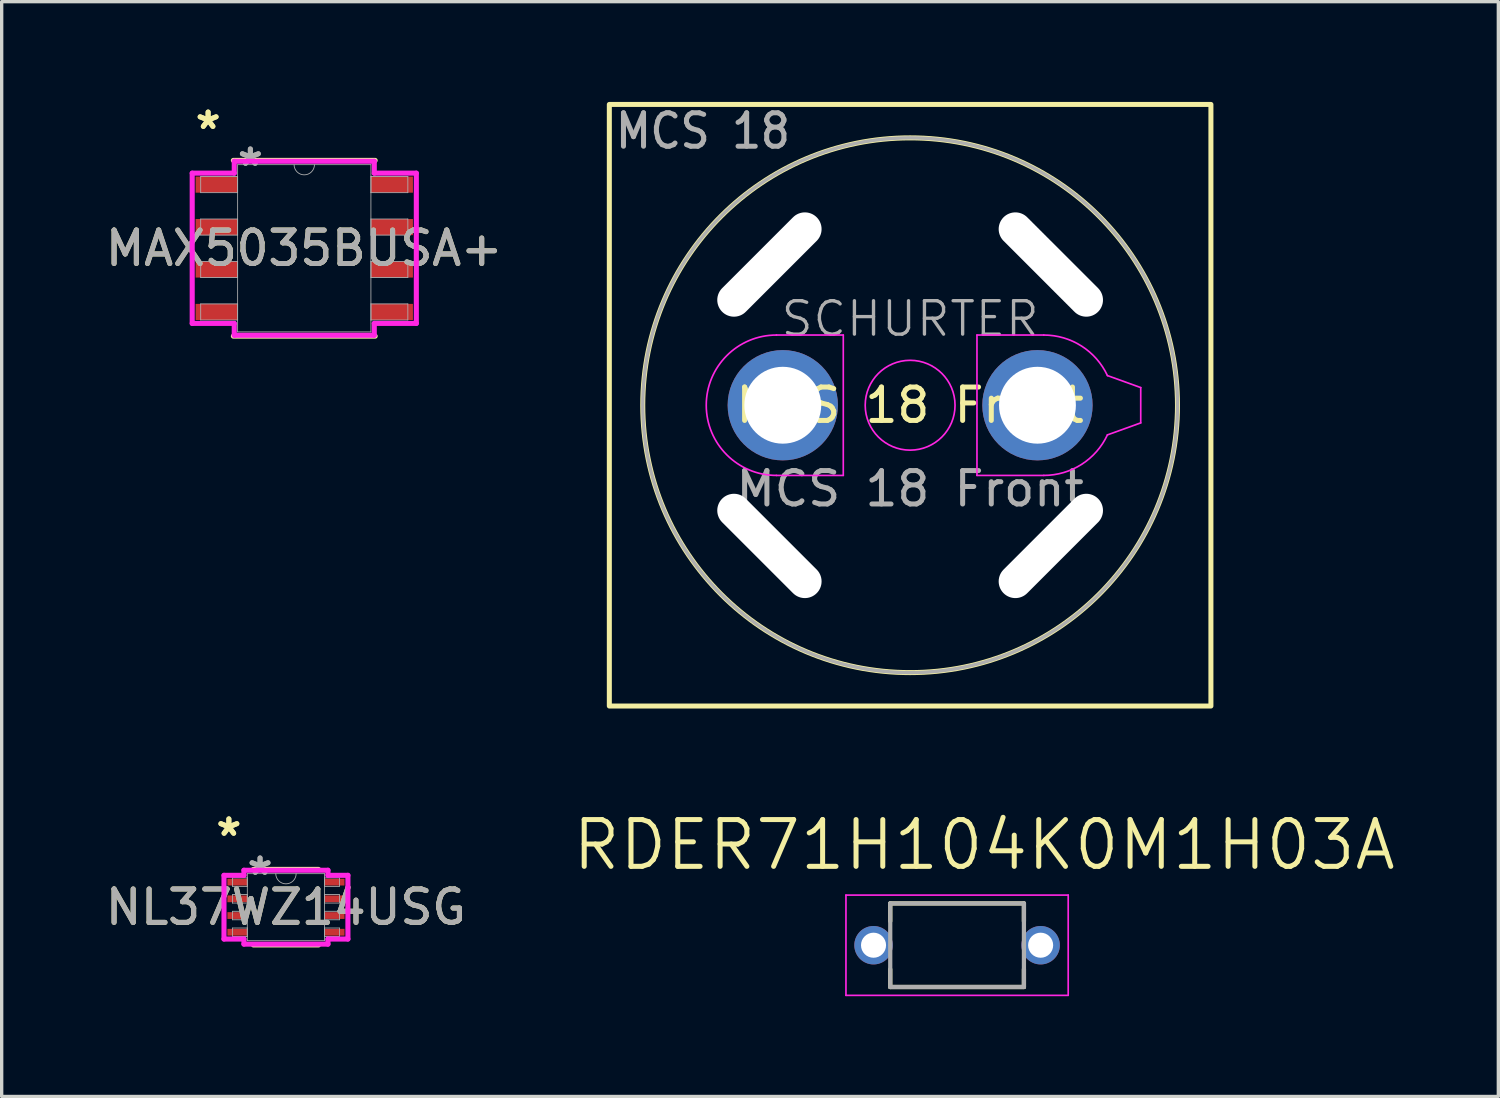
<source format=kicad_pcb>
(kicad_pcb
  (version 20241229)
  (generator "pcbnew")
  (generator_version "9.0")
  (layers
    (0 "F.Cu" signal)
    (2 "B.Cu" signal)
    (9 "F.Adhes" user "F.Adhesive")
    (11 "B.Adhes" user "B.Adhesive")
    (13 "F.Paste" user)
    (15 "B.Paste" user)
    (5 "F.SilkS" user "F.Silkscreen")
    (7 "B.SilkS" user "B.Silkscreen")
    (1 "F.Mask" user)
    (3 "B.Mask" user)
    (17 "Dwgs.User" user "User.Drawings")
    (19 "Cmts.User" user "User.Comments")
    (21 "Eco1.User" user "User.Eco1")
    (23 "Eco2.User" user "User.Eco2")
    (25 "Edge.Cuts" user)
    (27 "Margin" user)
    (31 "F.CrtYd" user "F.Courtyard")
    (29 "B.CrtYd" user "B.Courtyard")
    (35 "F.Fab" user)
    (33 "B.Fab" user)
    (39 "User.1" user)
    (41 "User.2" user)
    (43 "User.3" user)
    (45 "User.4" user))
  (footprint "NL37WZ14USG"
    (layer "F.Cu")
    (at 5.506 24.094)
    (property "Reference" "NL37WZ14USG" (at 0 0 0) (unlocked yes) (layer "F.SilkS") (effects (font (size 1 1) (thickness 0.15))))
    (attr smd)
    (fp_line (start -0.974 1.13) (end 0.974 1.13) (stroke (width 0.152) (type solid)) (layer "F.SilkS"))
    (fp_line (start 0.974 -1.13) (end -0.974 -1.13) (stroke (width 0.152) (type solid)) (layer "F.SilkS"))
    (fp_line (start -1.854 -0.953) (end -1.257 -0.953) (stroke (width 0.152) (type solid)) (layer "F.CrtYd"))
    (fp_line (start -1.854 0.953) (end -1.854 -0.953) (stroke (width 0.152) (type solid)) (layer "F.CrtYd"))
    (fp_line (start -1.854 0.953) (end -1.257 0.953) (stroke (width 0.152) (type solid)) (layer "F.CrtYd"))
    (fp_line (start -1.257 -1.105) (end 1.257 -1.105) (stroke (width 0.152) (type solid)) (layer "F.CrtYd"))
    (fp_line (start -1.257 -0.953) (end -1.257 -1.105) (stroke (width 0.152) (type solid)) (layer "F.CrtYd"))
    (fp_line (start -1.257 1.105) (end -1.257 0.953) (stroke (width 0.152) (type solid)) (layer "F.CrtYd"))
    (fp_line (start 1.257 -1.105) (end 1.257 -0.953) (stroke (width 0.152) (type solid)) (layer "F.CrtYd"))
    (fp_line (start 1.257 0.953) (end 1.257 1.105) (stroke (width 0.152) (type solid)) (layer "F.CrtYd"))
    (fp_line (start 1.257 1.105) (end -1.257 1.105) (stroke (width 0.152) (type solid)) (layer "F.CrtYd"))
    (fp_line (start 1.854 -0.953) (end 1.257 -0.953) (stroke (width 0.152) (type solid)) (layer "F.CrtYd"))
    (fp_line (start 1.854 -0.953) (end 1.854 0.953) (stroke (width 0.152) (type solid)) (layer "F.CrtYd"))
    (fp_line (start 1.854 0.953) (end 1.257 0.953) (stroke (width 0.152) (type solid)) (layer "F.CrtYd"))
    (fp_line (start -1.6 -0.877) (end -1.6 -0.623) (stroke (width 0.025) (type solid)) (layer "F.Fab"))
    (fp_line (start -1.6 -0.623) (end -1.156 -0.623) (stroke (width 0.025) (type solid)) (layer "F.Fab"))
    (fp_line (start -1.6 -0.377) (end -1.6 -0.123) (stroke (width 0.025) (type solid)) (layer "F.Fab"))
    (fp_line (start -1.6 -0.123) (end -1.156 -0.123) (stroke (width 0.025) (type solid)) (layer "F.Fab"))
    (fp_line (start -1.6 0.123) (end -1.6 0.377) (stroke (width 0.025) (type solid)) (layer "F.Fab"))
    (fp_line (start -1.6 0.377) (end -1.156 0.377) (stroke (width 0.025) (type solid)) (layer "F.Fab"))
    (fp_line (start -1.6 0.623) (end -1.6 0.877) (stroke (width 0.025) (type solid)) (layer "F.Fab"))
    (fp_line (start -1.6 0.877) (end -1.156 0.877) (stroke (width 0.025) (type solid)) (layer "F.Fab"))
    (fp_line (start -1.156 -1.003) (end -1.156 1.003) (stroke (width 0.025) (type solid)) (layer "F.Fab"))
    (fp_line (start -1.156 -0.877) (end -1.6 -0.877) (stroke (width 0.025) (type solid)) (layer "F.Fab"))
    (fp_line (start -1.156 -0.623) (end -1.156 -0.877) (stroke (width 0.025) (type solid)) (layer "F.Fab"))
    (fp_line (start -1.156 -0.377) (end -1.6 -0.377) (stroke (width 0.025) (type solid)) (layer "F.Fab"))
    (fp_line (start -1.156 -0.123) (end -1.156 -0.377) (stroke (width 0.025) (type solid)) (layer "F.Fab"))
    (fp_line (start -1.156 0.123) (end -1.6 0.123) (stroke (width 0.025) (type solid)) (layer "F.Fab"))
    (fp_line (start -1.156 0.377) (end -1.156 0.123) (stroke (width 0.025) (type solid)) (layer "F.Fab"))
    (fp_line (start -1.156 0.623) (end -1.6 0.623) (stroke (width 0.025) (type solid)) (layer "F.Fab"))
    (fp_line (start -1.156 0.877) (end -1.156 0.623) (stroke (width 0.025) (type solid)) (layer "F.Fab"))
    (fp_line (start -1.156 1.003) (end 1.156 1.003) (stroke (width 0.025) (type solid)) (layer "F.Fab"))
    (fp_line (start 1.156 -1.003) (end -1.156 -1.003) (stroke (width 0.025) (type solid)) (layer "F.Fab"))
    (fp_line (start 1.156 -0.877) (end 1.156 -0.623) (stroke (width 0.025) (type solid)) (layer "F.Fab"))
    (fp_line (start 1.156 -0.623) (end 1.6 -0.623) (stroke (width 0.025) (type solid)) (layer "F.Fab"))
    (fp_line (start 1.156 -0.377) (end 1.156 -0.123) (stroke (width 0.025) (type solid)) (layer "F.Fab"))
    (fp_line (start 1.156 -0.123) (end 1.6 -0.123) (stroke (width 0.025) (type solid)) (layer "F.Fab"))
    (fp_line (start 1.156 0.123) (end 1.156 0.377) (stroke (width 0.025) (type solid)) (layer "F.Fab"))
    (fp_line (start 1.156 0.377) (end 1.6 0.377) (stroke (width 0.025) (type solid)) (layer "F.Fab"))
    (fp_line (start 1.156 0.623) (end 1.156 0.877) (stroke (width 0.025) (type solid)) (layer "F.Fab"))
    (fp_line (start 1.156 0.877) (end 1.6 0.877) (stroke (width 0.025) (type solid)) (layer "F.Fab"))
    (fp_line (start 1.156 1.003) (end 1.156 -1.003) (stroke (width 0.025) (type solid)) (layer "F.Fab"))
    (fp_line (start 1.6 -0.877) (end 1.156 -0.877) (stroke (width 0.025) (type solid)) (layer "F.Fab"))
    (fp_line (start 1.6 -0.623) (end 1.6 -0.877) (stroke (width 0.025) (type solid)) (layer "F.Fab"))
    (fp_line (start 1.6 -0.377) (end 1.156 -0.377) (stroke (width 0.025) (type solid)) (layer "F.Fab"))
    (fp_line (start 1.6 -0.123) (end 1.6 -0.377) (stroke (width 0.025) (type solid)) (layer "F.Fab"))
    (fp_line (start 1.6 0.123) (end 1.156 0.123) (stroke (width 0.025) (type solid)) (layer "F.Fab"))
    (fp_line (start 1.6 0.377) (end 1.6 0.123) (stroke (width 0.025) (type solid)) (layer "F.Fab"))
    (fp_line (start 1.6 0.623) (end 1.156 0.623) (stroke (width 0.025) (type solid)) (layer "F.Fab"))
    (fp_line (start 1.6 0.877) (end 1.6 0.623) (stroke (width 0.025) (type solid)) (layer "F.Fab"))
    (fp_arc (start 0.3048 -1.0033) (mid 0 -0.6985) (end -0.3048 -1.0033) (stroke (width 0.0254) (type solid)) (layer "F.Fab"))
    (fp_text user "*" (at -1.708 -2.096 0) (unlocked yes) (layer "F.SilkS") (effects (font (size 1 1) (thickness 0.15))))
    (fp_text user "*" (at -1.708 -2.096 0) (layer "F.SilkS") (effects (font (size 1 1) (thickness 0.15))))
    (fp_text user "*" (at -0.775 -0.927 0) (layer "F.Fab") (effects (font (size 1 1) (thickness 0.15))))
    (fp_text user "${REFERENCE}" (at 0 0 0) (unlocked yes) (layer "F.Fab") (effects (font (size 1 1) (thickness 0.15))))
    (fp_text user "*" (at -0.775 -0.927 0) (unlocked yes) (layer "F.Fab") (effects (font (size 1 1) (thickness 0.15))))
    (pad "1" smd rect (at -1.454 -0.75) (size 0.597 0.203) (layers "F.Cu" "F.Mask" "F.Paste"))
    (pad "2" smd rect (at -1.454 -0.25) (size 0.597 0.203) (layers "F.Cu" "F.Mask" "F.Paste"))
    (pad "3" smd rect (at -1.454 0.25) (size 0.597 0.203) (layers "F.Cu" "F.Mask" "F.Paste"))
    (pad "4" smd rect (at -1.454 0.75) (size 0.597 0.203) (layers "F.Cu" "F.Mask" "F.Paste"))
    (pad "5" smd rect (at 1.454 0.75) (size 0.597 0.203) (layers "F.Cu" "F.Mask" "F.Paste"))
    (pad "6" smd rect (at 1.454 0.25) (size 0.597 0.203) (layers "F.Cu" "F.Mask" "F.Paste"))
    (pad "7" smd rect (at 1.454 -0.25) (size 0.597 0.203) (layers "F.Cu" "F.Mask" "F.Paste"))
    (pad "8" smd rect (at 1.454 -0.75) (size 0.597 0.203) (layers "F.Cu" "F.Mask" "F.Paste")))
  (footprint "RDER71H104K0M1H03A"
    (layer "F.Cu")
    (at 25.587 25.232)
    (property "Reference" "RDER71H104K0M1H03A" (at 0.81 -3 0) (layer "F.SilkS") (effects (font (size 1.4 1.4) (thickness 0.15))))
    (attr through_hole)
    (fp_line (start -2 -1.25) (end -2 -0.72) (stroke (width 0.127) (type solid)) (layer "F.SilkS"))
    (fp_line (start -2 -1.25) (end 2 -1.25) (stroke (width 0.127) (type solid)) (layer "F.SilkS"))
    (fp_line (start -2 1.25) (end -2 0.72) (stroke (width 0.127) (type solid)) (layer "F.SilkS"))
    (fp_line (start 2 -1.25) (end 2 -0.72) (stroke (width 0.127) (type solid)) (layer "F.SilkS"))
    (fp_line (start 2 1.25) (end -2 1.25) (stroke (width 0.127) (type solid)) (layer "F.SilkS"))
    (fp_line (start 2 1.25) (end 2 0.72) (stroke (width 0.127) (type solid)) (layer "F.SilkS"))
    (fp_line (start -3.325 -1.5) (end 3.325 -1.5) (stroke (width 0.05) (type solid)) (layer "F.CrtYd"))
    (fp_line (start -3.325 1.5) (end -3.325 -1.5) (stroke (width 0.05) (type solid)) (layer "F.CrtYd"))
    (fp_line (start 3.325 -1.5) (end 3.325 1.5) (stroke (width 0.05) (type solid)) (layer "F.CrtYd"))
    (fp_line (start 3.325 1.5) (end -3.325 1.5) (stroke (width 0.05) (type solid)) (layer "F.CrtYd"))
    (fp_line (start -2 -1.25) (end 2 -1.25) (stroke (width 0.127) (type solid)) (layer "F.Fab"))
    (fp_line (start -2 1.25) (end -2 -1.25) (stroke (width 0.127) (type solid)) (layer "F.Fab"))
    (fp_line (start 2 -1.25) (end 2 1.25) (stroke (width 0.127) (type solid)) (layer "F.Fab"))
    (fp_line (start 2 1.25) (end -2 1.25) (stroke (width 0.127) (type solid)) (layer "F.Fab"))
    (pad "1" thru_hole circle (at -2.5 0) (size 1.15 1.15) (drill 0.75) (layers "*.Cu" "*.Mask"))
    (pad "2" thru_hole circle (at 2.5 0) (size 1.15 1.15) (drill 0.75) (layers "*.Cu" "*.Mask")))
  (footprint "MAX5035BUSA+"
    (layer "F.Cu")
    (at 6.054 4.379)
    (property "Reference" "MAX5035BUSA+" (at 0 0 0) (unlocked yes) (layer "F.SilkS") (effects (font (size 1 1) (thickness 0.15))))
    (attr smd)
    (fp_line (start -2.121 2.629) (end 2.121 2.629) (stroke (width 0.152) (type solid)) (layer "F.SilkS"))
    (fp_line (start 2.121 -2.629) (end -2.121 -2.629) (stroke (width 0.152) (type solid)) (layer "F.SilkS"))
    (fp_line (start -3.353 -2.248) (end -2.095 -2.248) (stroke (width 0.152) (type solid)) (layer "F.CrtYd"))
    (fp_line (start -3.353 2.248) (end -3.353 -2.248) (stroke (width 0.152) (type solid)) (layer "F.CrtYd"))
    (fp_line (start -3.353 2.248) (end -2.095 2.248) (stroke (width 0.152) (type solid)) (layer "F.CrtYd"))
    (fp_line (start -2.095 -2.603) (end 2.095 -2.603) (stroke (width 0.152) (type solid)) (layer "F.CrtYd"))
    (fp_line (start -2.095 -2.248) (end -2.095 -2.603) (stroke (width 0.152) (type solid)) (layer "F.CrtYd"))
    (fp_line (start -2.095 2.603) (end -2.095 2.248) (stroke (width 0.152) (type solid)) (layer "F.CrtYd"))
    (fp_line (start 2.095 -2.603) (end 2.095 -2.248) (stroke (width 0.152) (type solid)) (layer "F.CrtYd"))
    (fp_line (start 2.095 2.248) (end 2.095 2.603) (stroke (width 0.152) (type solid)) (layer "F.CrtYd"))
    (fp_line (start 2.095 2.603) (end -2.095 2.603) (stroke (width 0.152) (type solid)) (layer "F.CrtYd"))
    (fp_line (start 3.353 -2.248) (end 2.095 -2.248) (stroke (width 0.152) (type solid)) (layer "F.CrtYd"))
    (fp_line (start 3.353 -2.248) (end 3.353 2.248) (stroke (width 0.152) (type solid)) (layer "F.CrtYd"))
    (fp_line (start 3.353 2.248) (end 2.095 2.248) (stroke (width 0.152) (type solid)) (layer "F.CrtYd"))
    (fp_line (start -3.099 -2.146) (end -3.099 -1.664) (stroke (width 0.025) (type solid)) (layer "F.Fab"))
    (fp_line (start -3.099 -1.664) (end -1.994 -1.664) (stroke (width 0.025) (type solid)) (layer "F.Fab"))
    (fp_line (start -3.099 -0.876) (end -3.099 -0.394) (stroke (width 0.025) (type solid)) (layer "F.Fab"))
    (fp_line (start -3.099 -0.394) (end -1.994 -0.394) (stroke (width 0.025) (type solid)) (layer "F.Fab"))
    (fp_line (start -3.099 0.394) (end -3.099 0.876) (stroke (width 0.025) (type solid)) (layer "F.Fab"))
    (fp_line (start -3.099 0.876) (end -1.994 0.876) (stroke (width 0.025) (type solid)) (layer "F.Fab"))
    (fp_line (start -3.099 1.664) (end -3.099 2.146) (stroke (width 0.025) (type solid)) (layer "F.Fab"))
    (fp_line (start -3.099 2.146) (end -1.994 2.146) (stroke (width 0.025) (type solid)) (layer "F.Fab"))
    (fp_line (start -1.994 -2.502) (end -1.994 2.502) (stroke (width 0.025) (type solid)) (layer "F.Fab"))
    (fp_line (start -1.994 -2.146) (end -3.099 -2.146) (stroke (width 0.025) (type solid)) (layer "F.Fab"))
    (fp_line (start -1.994 -1.664) (end -1.994 -2.146) (stroke (width 0.025) (type solid)) (layer "F.Fab"))
    (fp_line (start -1.994 -0.876) (end -3.099 -0.876) (stroke (width 0.025) (type solid)) (layer "F.Fab"))
    (fp_line (start -1.994 -0.394) (end -1.994 -0.876) (stroke (width 0.025) (type solid)) (layer "F.Fab"))
    (fp_line (start -1.994 0.394) (end -3.099 0.394) (stroke (width 0.025) (type solid)) (layer "F.Fab"))
    (fp_line (start -1.994 0.876) (end -1.994 0.394) (stroke (width 0.025) (type solid)) (layer "F.Fab"))
    (fp_line (start -1.994 1.664) (end -3.099 1.664) (stroke (width 0.025) (type solid)) (layer "F.Fab"))
    (fp_line (start -1.994 2.146) (end -1.994 1.664) (stroke (width 0.025) (type solid)) (layer "F.Fab"))
    (fp_line (start -1.994 2.502) (end 1.994 2.502) (stroke (width 0.025) (type solid)) (layer "F.Fab"))
    (fp_line (start 1.994 -2.502) (end -1.994 -2.502) (stroke (width 0.025) (type solid)) (layer "F.Fab"))
    (fp_line (start 1.994 -2.146) (end 1.994 -1.664) (stroke (width 0.025) (type solid)) (layer "F.Fab"))
    (fp_line (start 1.994 -1.664) (end 3.099 -1.664) (stroke (width 0.025) (type solid)) (layer "F.Fab"))
    (fp_line (start 1.994 -0.876) (end 1.994 -0.394) (stroke (width 0.025) (type solid)) (layer "F.Fab"))
    (fp_line (start 1.994 -0.394) (end 3.099 -0.394) (stroke (width 0.025) (type solid)) (layer "F.Fab"))
    (fp_line (start 1.994 0.394) (end 1.994 0.876) (stroke (width 0.025) (type solid)) (layer "F.Fab"))
    (fp_line (start 1.994 0.876) (end 3.099 0.876) (stroke (width 0.025) (type solid)) (layer "F.Fab"))
    (fp_line (start 1.994 1.664) (end 1.994 2.146) (stroke (width 0.025) (type solid)) (layer "F.Fab"))
    (fp_line (start 1.994 2.146) (end 3.099 2.146) (stroke (width 0.025) (type solid)) (layer "F.Fab"))
    (fp_line (start 1.994 2.502) (end 1.994 -2.502) (stroke (width 0.025) (type solid)) (layer "F.Fab"))
    (fp_line (start 3.099 -2.146) (end 1.994 -2.146) (stroke (width 0.025) (type solid)) (layer "F.Fab"))
    (fp_line (start 3.099 -1.664) (end 3.099 -2.146) (stroke (width 0.025) (type solid)) (layer "F.Fab"))
    (fp_line (start 3.099 -0.876) (end 1.994 -0.876) (stroke (width 0.025) (type solid)) (layer "F.Fab"))
    (fp_line (start 3.099 -0.394) (end 3.099 -0.876) (stroke (width 0.025) (type solid)) (layer "F.Fab"))
    (fp_line (start 3.099 0.394) (end 1.994 0.394) (stroke (width 0.025) (type solid)) (layer "F.Fab"))
    (fp_line (start 3.099 0.876) (end 3.099 0.394) (stroke (width 0.025) (type solid)) (layer "F.Fab"))
    (fp_line (start 3.099 1.664) (end 1.994 1.664) (stroke (width 0.025) (type solid)) (layer "F.Fab"))
    (fp_line (start 3.099 2.146) (end 3.099 1.664) (stroke (width 0.025) (type solid)) (layer "F.Fab"))
    (fp_arc (start 0.3048 -2.5019) (mid 0 -2.1971) (end -0.3048 -2.5019) (stroke (width 0.0254) (type solid)) (layer "F.Fab"))
    (fp_text user "*" (at -2.877 -3.531 0) (unlocked yes) (layer "F.SilkS") (effects (font (size 1 1) (thickness 0.15))))
    (fp_text user "*" (at -2.877 -3.531 0) (layer "F.SilkS") (effects (font (size 1 1) (thickness 0.15))))
    (fp_text user "${REFERENCE}" (at 0 0 0) (unlocked yes) (layer "F.Fab") (effects (font (size 1 1) (thickness 0.15))))
    (fp_text user "*" (at -1.613 -2.426 0) (layer "F.Fab") (effects (font (size 1 1) (thickness 0.15))))
    (fp_text user "*" (at -1.613 -2.426 0) (unlocked yes) (layer "F.Fab") (effects (font (size 1 1) (thickness 0.15))))
    (pad "1" smd rect (at -2.623 -1.905) (size 1.257 0.483) (layers "F.Cu" "F.Mask" "F.Paste"))
    (pad "2" smd rect (at -2.623 -0.635) (size 1.257 0.483) (layers "F.Cu" "F.Mask" "F.Paste"))
    (pad "3" smd rect (at -2.623 0.635) (size 1.257 0.483) (layers "F.Cu" "F.Mask" "F.Paste"))
    (pad "4" smd rect (at -2.623 1.905) (size 1.257 0.483) (layers "F.Cu" "F.Mask" "F.Paste"))
    (pad "5" smd rect (at 2.623 1.905) (size 1.257 0.483) (layers "F.Cu" "F.Mask" "F.Paste"))
    (pad "6" smd rect (at 2.623 0.635) (size 1.257 0.483) (layers "F.Cu" "F.Mask" "F.Paste"))
    (pad "7" smd rect (at 2.623 -0.635) (size 1.257 0.483) (layers "F.Cu" "F.Mask" "F.Paste"))
    (pad "8" smd rect (at 2.623 -1.905) (size 1.257 0.483) (layers "F.Cu" "F.Mask" "F.Paste")))
  (footprint "MCS 18 Front"
    (layer "F.Cu")
    (at 24.182 9.075)
    (property "Reference" "MCS 18 Front" (at 0 0 0) (layer "F.SilkS") (effects (font (size 1 1) (thickness 0.15))))
    (attr through_hole)
    (fp_rect (start -9 -9) (end 9 9) (stroke (width 0.15) (type default)) (fill no) (layer "F.SilkS"))
    (fp_circle (center 0 0) (end 8 0) (stroke (width 0.15) (type default)) (fill no) (layer "F.SilkS"))
    (fp_line (start -4 -2.1) (end -2 -2.1) (stroke (width 0.05) (type default)) (layer "F.CrtYd"))
    (fp_line (start -4 2.1) (end -2 2.1) (stroke (width 0.05) (type default)) (layer "F.CrtYd"))
    (fp_line (start -2 -2.1) (end -2 2.1) (stroke (width 0.05) (type default)) (layer "F.CrtYd"))
    (fp_line (start 2 -2.1) (end 2 2.1) (stroke (width 0.05) (type default)) (layer "F.CrtYd"))
    (fp_line (start 2 -2.1) (end 4 -2.1) (stroke (width 0.05) (type default)) (layer "F.CrtYd"))
    (fp_line (start 2 2.1) (end 4 2.1) (stroke (width 0.05) (type default)) (layer "F.CrtYd"))
    (fp_line (start 5.904 -0.887) (end 6.9 -0.528) (stroke (width 0.05) (type default)) (layer "F.CrtYd"))
    (fp_line (start 5.904 0.887) (end 6.9 0.528) (stroke (width 0.05) (type default)) (layer "F.CrtYd"))
    (fp_line (start 6.9 -0.528) (end 6.9 0.528) (stroke (width 0.05) (type default)) (layer "F.CrtYd"))
    (fp_arc (start -4 2.1) (mid -6.1 0) (end -4 -2.1) (stroke (width 0.05) (type default)) (layer "F.CrtYd"))
    (fp_arc (start 4 -2.1) (mid 5.128779 -1.770836) (end 5.903697 -0.886532) (stroke (width 0.05) (type default)) (layer "F.CrtYd"))
    (fp_arc (start 5.903697 0.886528) (mid 5.128779 1.770832) (end 4 2.099996) (stroke (width 0.05) (type default)) (layer "F.CrtYd"))
    (fp_circle (center 0 0) (end 1.344 0) (stroke (width 0.05) (type default)) (fill no) (layer "F.CrtYd"))
    (fp_circle (center 0 0) (end 8 0) (stroke (width 0.1) (type default)) (fill no) (layer "F.Fab"))
    (fp_text user "MCS 18" (at -8.89 -7.62 0) (unlocked yes) (layer "F.Fab") (effects (font (size 1 0.9) (thickness 0.15)) (justify left bottom)))
    (fp_text user "${REFERENCE}" (at 0 2.5 0) (layer "F.Fab") (effects (font (size 1 1) (thickness 0.15))))
    (fp_text user "SCHURTER" (at 0 -2 0) (unlocked yes) (layer "F.Fab") (effects (font (size 1 1) (thickness 0.1)) (justify bottom)))
    (pad "" np_thru_hole oval (at -4.21 -4.21 45) (size 4 1) (drill oval 4 1) (layers "*.Cu" "*.Mask"))
    (pad "" np_thru_hole oval (at -4.21 4.21 135) (size 4 1) (drill oval 4 1) (layers "*.Cu" "*.Mask"))
    (pad "" np_thru_hole oval (at 4.21 -4.21 135) (size 4 1) (drill oval 4 1) (layers "*.Cu" "*.Mask"))
    (pad "" np_thru_hole oval (at 4.21 4.21 225) (size 4 1) (drill oval 4 1) (layers "*.Cu" "*.Mask"))
    (pad "1" thru_hole circle (at -3.81 0) (size 3.3 3.3) (drill 2.3) (layers "*.Cu" "*.Mask"))
    (pad "2" thru_hole circle (at 3.81 0 90) (size 3.3 3.3) (drill 2.3) (layers "*.Cu" "*.Mask")))
  (gr_rect
    (start -3 -3)
    (end 41.782 29.757)
    (stroke (width 0.1) (type default))
    (fill no)
    (layer "Edge.Cuts")))
</source>
